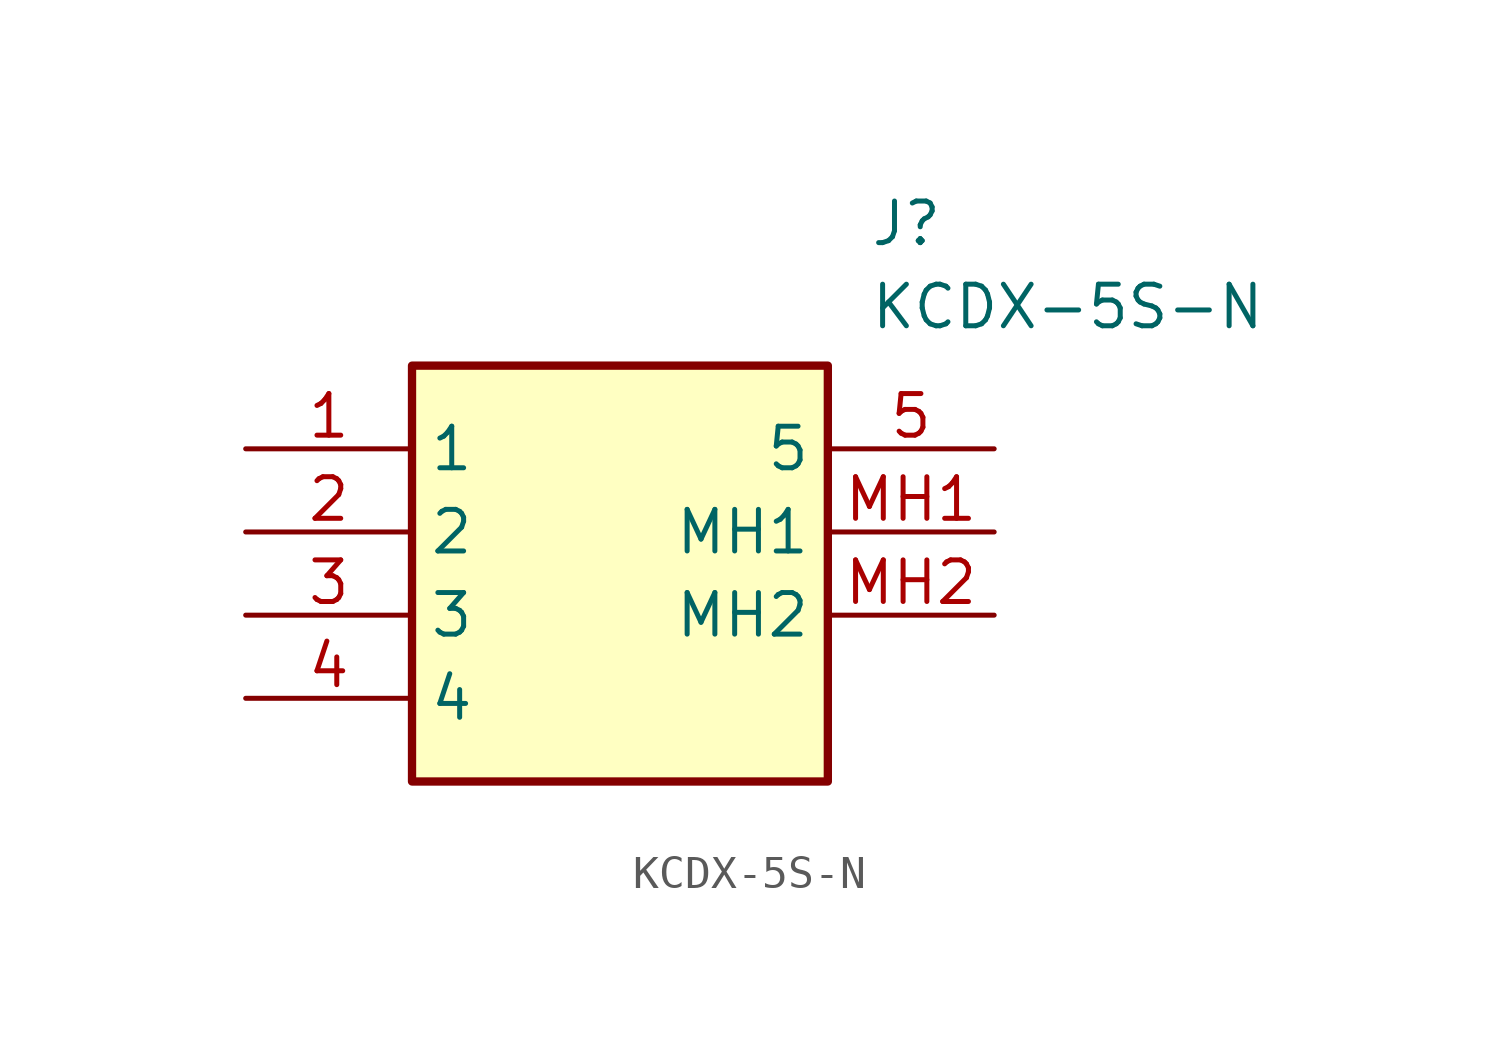
<source format=kicad_sym>
(kicad_symbol_lib
  (version 20211014)
  (generator SamacSys_ECAD_Model)
  (symbol "KCDX-5S-N"
    (property "Reference" "J"
      (at 19.05 7.62 0)
      (effects (font (size 1.27 1.27)) (justify left top)))
    (property "Value" "KCDX-5S-N"
      (at 19.05 5.08 0)
      (effects (font (size 1.27 1.27)) (justify left top)))
    (rectangle
      (start 5.08 2.54)
      (end 17.78 -10.16)
      (stroke (width 0.254) (type default))
      (fill (type background)))
    (pin passive line
      (at 0 0 0)
      (length 5.08)
      (name "1" (effects (font (size 1.27 1.27))))
      (number "1" (effects (font (size 1.27 1.27)))))
    (pin passive line
      (at 0 -2.54 0)
      (length 5.08)
      (name "2" (effects (font (size 1.27 1.27))))
      (number "2" (effects (font (size 1.27 1.27)))))
    (pin passive line
      (at 0 -5.08 0)
      (length 5.08)
      (name "3" (effects (font (size 1.27 1.27))))
      (number "3" (effects (font (size 1.27 1.27)))))
    (pin passive line
      (at 0 -7.62 0)
      (length 5.08)
      (name "4" (effects (font (size 1.27 1.27))))
      (number "4" (effects (font (size 1.27 1.27)))))
    (pin passive line
      (at 22.86 0 180)
      (length 5.08)
      (name "5" (effects (font (size 1.27 1.27))))
      (number "5" (effects (font (size 1.27 1.27)))))
    (pin passive line
      (at 22.86 -2.54 180)
      (length 5.08)
      (name "MH1" (effects (font (size 1.27 1.27))))
      (number "MH1" (effects (font (size 1.27 1.27)))))
    (pin passive line
      (at 22.86 -5.08 180)
      (length 5.08)
      (name "MH2" (effects (font (size 1.27 1.27))))
      (number "MH2" (effects (font (size 1.27 1.27)))))))
</source>
